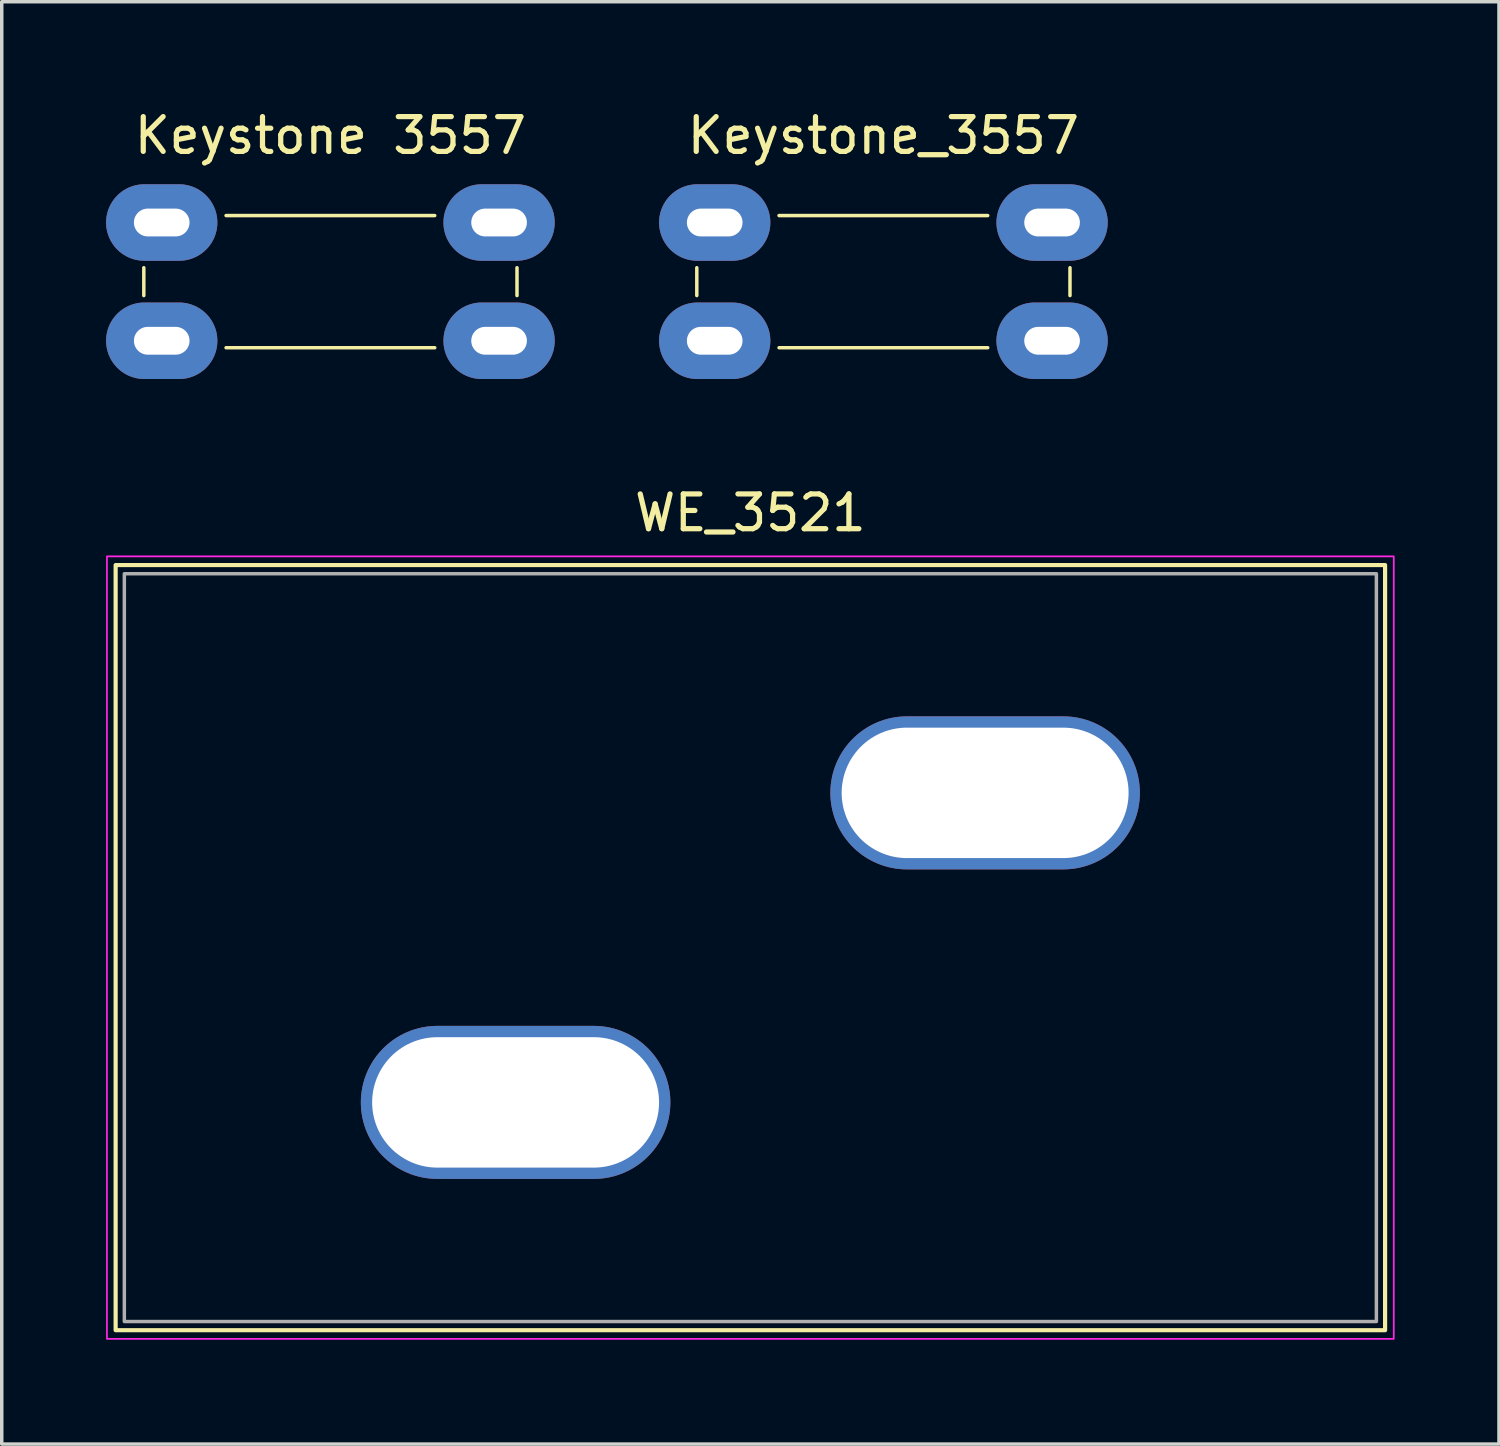
<source format=kicad_pcb>
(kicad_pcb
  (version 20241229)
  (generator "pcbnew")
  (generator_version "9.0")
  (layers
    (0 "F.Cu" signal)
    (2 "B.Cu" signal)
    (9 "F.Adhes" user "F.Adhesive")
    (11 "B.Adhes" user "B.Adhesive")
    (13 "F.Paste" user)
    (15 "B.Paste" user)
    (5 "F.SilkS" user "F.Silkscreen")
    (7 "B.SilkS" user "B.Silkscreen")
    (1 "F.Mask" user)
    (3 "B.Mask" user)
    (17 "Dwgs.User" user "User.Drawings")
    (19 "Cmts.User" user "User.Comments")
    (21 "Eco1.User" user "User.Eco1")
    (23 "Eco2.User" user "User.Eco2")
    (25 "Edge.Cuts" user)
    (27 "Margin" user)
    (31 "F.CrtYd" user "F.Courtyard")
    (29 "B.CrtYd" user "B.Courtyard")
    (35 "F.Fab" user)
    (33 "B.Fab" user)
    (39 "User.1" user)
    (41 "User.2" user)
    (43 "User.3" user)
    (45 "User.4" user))
  (footprint "WE_3521"
    (layer "F.Cu")
    (at 18.525 24.197)
    (property "Reference" "WE_3521" (at 0 -12.5 0) (unlocked yes) (layer "F.SilkS") (effects (font (size 1 1) (thickness 0.15))))
    (attr through_hole)
    (fp_rect (start -18.25 -11) (end 18.25 11) (stroke (width 0.12) (type solid)) (fill no) (layer "F.SilkS"))
    (fp_rect (start -18.5 -11.25) (end 18.5 11.25) (stroke (width 0.05) (type solid)) (fill no) (layer "F.CrtYd"))
    (fp_rect (start -18 -10.75) (end 18 10.75) (stroke (width 0.1) (type solid)) (fill no) (layer "F.Fab"))
    (pad "" np_thru_hole circle (at -6.75 -4.45) (size 0.001 0.001) (drill 2.5) (layers "*.Cu" "*.Mask"))
    (pad "" np_thru_hole circle (at 6.75 4.45) (size 0.001 0.001) (drill 2.5) (layers "*.Cu" "*.Mask"))
    (pad "1" thru_hole oval (at -6.75 4.45) (size 8.9 4.4) (drill oval 8.25 3.75) (layers "*.Cu" "*.Mask"))
    (pad "2" thru_hole oval (at 6.75 -4.45) (size 8.9 4.4) (drill oval 8.25 3.75) (layers "*.Cu" "*.Mask")))
  (footprint "Keystone 3557"
    (layer "F.Cu")
    (at 6.45 5.048)
    (property "Reference" "Keystone 3557" (at 0 -4.2 0) (unlocked yes) (layer "F.SilkS") (effects (font (size 1 1) (thickness 0.15))))
    (attr through_hole)
    (fp_line (start -5.365 0.4) (end -5.365 -0.4) (stroke (width 0.1) (type solid)) (layer "F.SilkS"))
    (fp_line (start -3 -1.9) (end 3 -1.9) (stroke (width 0.1) (type solid)) (layer "F.SilkS"))
    (fp_line (start 3 1.9) (end -3 1.9) (stroke (width 0.1) (type solid)) (layer "F.SilkS"))
    (fp_line (start 5.365 -0.4) (end 5.365 0.4) (stroke (width 0.1) (type solid)) (layer "F.SilkS"))
    (pad "1" thru_hole oval (at -4.85 -1.7) (size 3.2 2.2) (drill oval 1.6 0.8) (layers "*.Cu" "*.Mask"))
    (pad "1" thru_hole oval (at -4.85 1.7) (size 3.2 2.2) (drill oval 1.6 0.8) (layers "*.Cu" "*.Mask"))
    (pad "2" thru_hole oval (at 4.85 -1.7) (size 3.2 2.2) (drill oval 1.6 0.8) (layers "*.Cu" "*.Mask"))
    (pad "2" thru_hole oval (at 4.85 1.7) (size 3.2 2.2) (drill oval 1.6 0.8) (layers "*.Cu" "*.Mask")))
  (footprint "Keystone_3557"
    (layer "F.Cu")
    (at 22.35 5.048)
    (property "Reference" "Keystone_3557" (at 0 -4.2 0) (unlocked yes) (layer "F.SilkS") (effects (font (size 1 1) (thickness 0.15))))
    (attr through_hole)
    (fp_line (start -5.365 0.4) (end -5.365 -0.4) (stroke (width 0.1) (type solid)) (layer "F.SilkS"))
    (fp_line (start -3 -1.9) (end 3 -1.9) (stroke (width 0.1) (type solid)) (layer "F.SilkS"))
    (fp_line (start 3 1.9) (end -3 1.9) (stroke (width 0.1) (type solid)) (layer "F.SilkS"))
    (fp_line (start 5.365 -0.4) (end 5.365 0.4) (stroke (width 0.1) (type solid)) (layer "F.SilkS"))
    (pad "1" thru_hole oval (at -4.85 -1.7) (size 3.2 2.2) (drill oval 1.6 0.8) (layers "*.Cu" "*.Mask"))
    (pad "1" thru_hole oval (at -4.85 1.7) (size 3.2 2.2) (drill oval 1.6 0.8) (layers "*.Cu" "*.Mask"))
    (pad "2" thru_hole oval (at 4.85 -1.7) (size 3.2 2.2) (drill oval 1.6 0.8) (layers "*.Cu" "*.Mask"))
    (pad "2" thru_hole oval (at 4.85 1.7) (size 3.2 2.2) (drill oval 1.6 0.8) (layers "*.Cu" "*.Mask")))
  (gr_rect
    (start -3 -3)
    (end 40.05 38.471)
    (stroke (width 0.1) (type default))
    (fill no)
    (layer "Edge.Cuts")))
</source>
